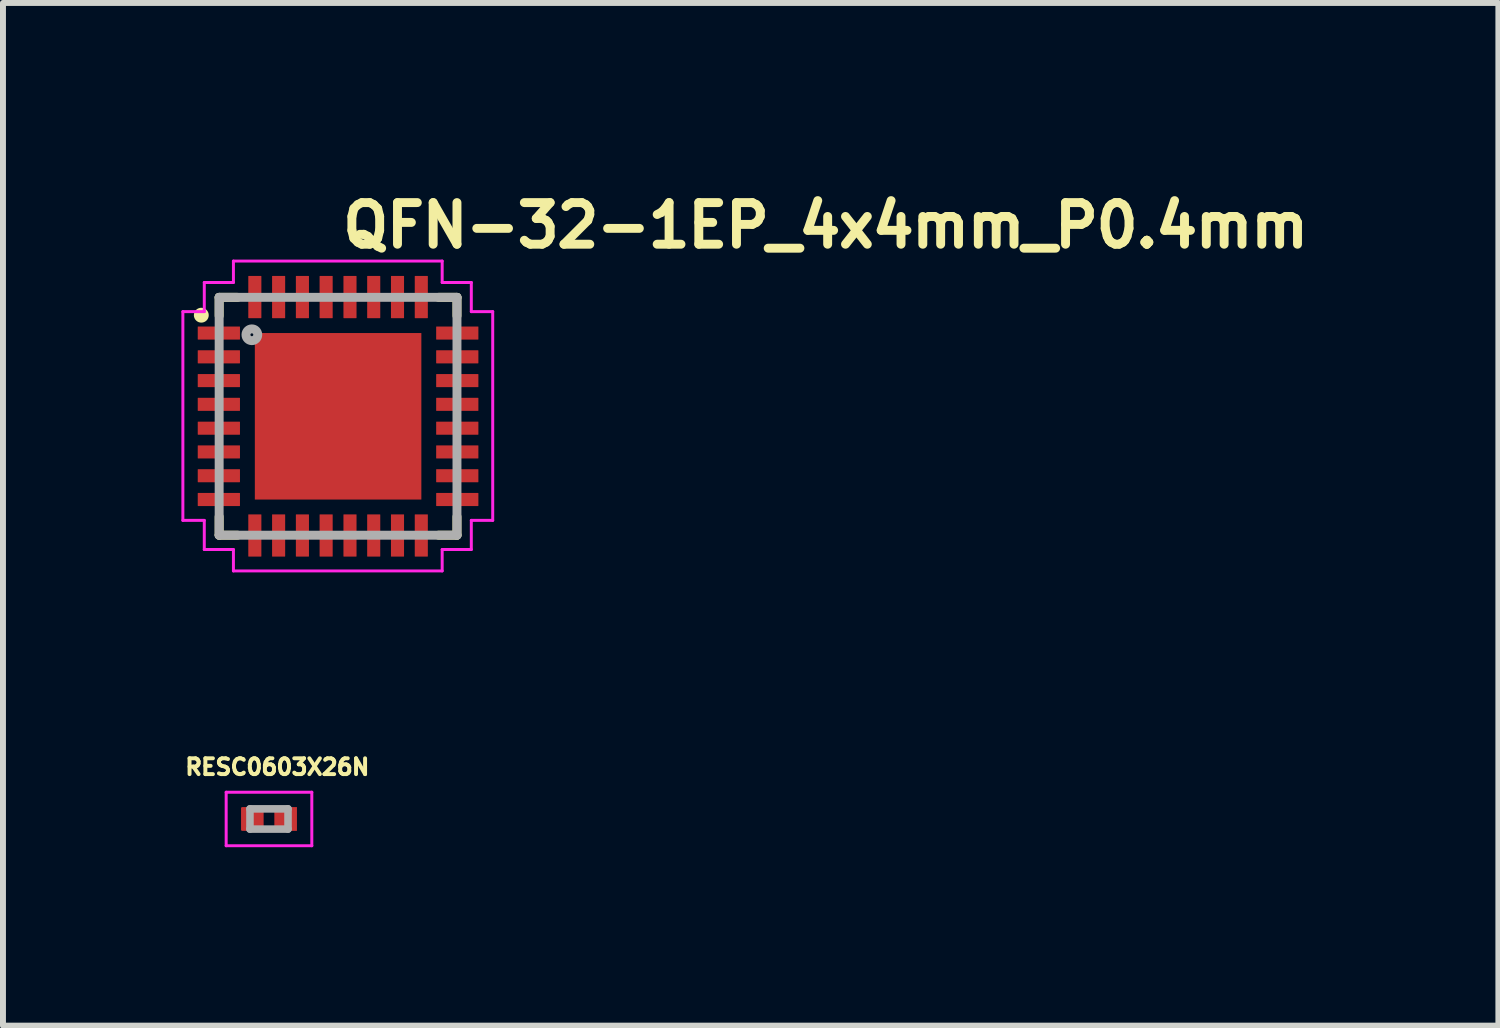
<source format=kicad_pcb>
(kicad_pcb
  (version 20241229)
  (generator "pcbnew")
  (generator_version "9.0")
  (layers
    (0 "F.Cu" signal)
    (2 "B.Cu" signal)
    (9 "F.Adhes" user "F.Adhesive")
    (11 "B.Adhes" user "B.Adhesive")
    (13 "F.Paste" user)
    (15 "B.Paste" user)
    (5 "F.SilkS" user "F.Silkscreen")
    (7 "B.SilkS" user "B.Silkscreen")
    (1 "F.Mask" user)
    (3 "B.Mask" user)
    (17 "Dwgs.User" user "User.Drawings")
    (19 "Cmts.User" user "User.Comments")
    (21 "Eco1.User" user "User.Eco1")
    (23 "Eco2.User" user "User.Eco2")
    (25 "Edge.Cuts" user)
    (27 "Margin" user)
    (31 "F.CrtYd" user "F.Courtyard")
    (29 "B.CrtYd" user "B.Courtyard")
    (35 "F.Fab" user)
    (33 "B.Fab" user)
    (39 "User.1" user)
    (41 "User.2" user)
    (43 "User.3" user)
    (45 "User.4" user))
  (footprint "RESC0603X26N"
    (layer "F.Cu")
    (at 1.473 10.721)
    (property "Reference" "RESC0603X26N" (at 0.14 -0.874 0) (layer "F.SilkS") (effects (font (size 0.266 0.266) (thickness 0.067))))
    (attr through_hole)
    (fp_line (start -0.72 -0.45) (end 0.72 -0.45) (stroke (width 0.05) (type solid)) (layer "F.CrtYd"))
    (fp_line (start -0.72 0.45) (end -0.72 -0.45) (stroke (width 0.05) (type solid)) (layer "F.CrtYd"))
    (fp_line (start 0.72 -0.45) (end 0.72 0.45) (stroke (width 0.05) (type solid)) (layer "F.CrtYd"))
    (fp_line (start 0.72 0.45) (end -0.72 0.45) (stroke (width 0.05) (type solid)) (layer "F.CrtYd"))
    (fp_line (start -0.32 -0.17) (end -0.32 0.17) (stroke (width 0.127) (type solid)) (layer "F.Fab"))
    (fp_line (start -0.32 -0.17) (end 0.32 -0.17) (stroke (width 0.127) (type solid)) (layer "F.Fab"))
    (fp_line (start -0.32 0.17) (end 0.32 0.17) (stroke (width 0.127) (type solid)) (layer "F.Fab"))
    (fp_line (start 0.32 -0.17) (end 0.32 0.17) (stroke (width 0.127) (type solid)) (layer "F.Fab"))
    (pad "1" smd roundrect (at -0.28 0) (size 0.38 0.4) (layers "F.Cu" "F.Mask" "F.Paste") (roundrect_rratio 0.05))
    (pad "2" smd rect (at 0.28 0) (size 0.38 0.4) (layers "F.Cu" "F.Mask" "F.Paste")))
  (footprint "QFN-32-1EP_4x4mm_P0.4mm"
    (layer "F.Cu")
    (at 2.635 3.95)
    (property "Reference" "QFN-32-1EP_4x4mm_P0.4mm" (at 0 -2.8 0) (layer "F.SilkS") (effects (font (size 0.7 0.7) (thickness 0.15)) (justify left bottom)))
    (attr smd)
    (fp_line (start -2 -2) (end -2 -1.69) (stroke (width 0.15) (type solid)) (layer "F.SilkS"))
    (fp_line (start -2 1.689) (end -2 1.999) (stroke (width 0.15) (type solid)) (layer "F.SilkS"))
    (fp_line (start -2 1.999) (end -1.69 1.999) (stroke (width 0.15) (type solid)) (layer "F.SilkS"))
    (fp_line (start -1.69 -2) (end -2 -2) (stroke (width 0.15) (type solid)) (layer "F.SilkS"))
    (fp_line (start 1.689 1.999) (end 1.999 1.999) (stroke (width 0.15) (type solid)) (layer "F.SilkS"))
    (fp_line (start 1.999 -2) (end 1.689 -2) (stroke (width 0.15) (type solid)) (layer "F.SilkS"))
    (fp_line (start 1.999 -1.69) (end 1.999 -2) (stroke (width 0.15) (type solid)) (layer "F.SilkS"))
    (fp_line (start 1.999 1.999) (end 1.999 1.689) (stroke (width 0.15) (type solid)) (layer "F.SilkS"))
    (fp_circle (center -2.3 -1.7) (end -2.25 -1.7) (stroke (width 0.15) (type solid)) (fill yes) (layer "F.SilkS"))
    (fp_poly (pts (xy -0.919 -0.918) (xy 0.917 -0.918) (xy 0.917 0.918) (xy -0.919 0.918)) (stroke (width 0.01) (type solid)) (fill yes) (layer "F.Paste"))
    (fp_line (start -2.61 -1.76) (end -2.25 -1.76) (stroke (width 0.05) (type solid)) (layer "F.CrtYd"))
    (fp_line (start -2.61 1.75) (end -2.61 -1.76) (stroke (width 0.05) (type solid)) (layer "F.CrtYd"))
    (fp_line (start -2.25 -2.25) (end -1.76 -2.25) (stroke (width 0.05) (type solid)) (layer "F.CrtYd"))
    (fp_line (start -2.25 -1.76) (end -2.25 -2.25) (stroke (width 0.05) (type solid)) (layer "F.CrtYd"))
    (fp_line (start -2.25 1.75) (end -2.61 1.75) (stroke (width 0.05) (type solid)) (layer "F.CrtYd"))
    (fp_line (start -2.25 2.24) (end -2.25 1.75) (stroke (width 0.05) (type solid)) (layer "F.CrtYd"))
    (fp_line (start -1.76 -2.61) (end 1.75 -2.61) (stroke (width 0.05) (type solid)) (layer "F.CrtYd"))
    (fp_line (start -1.76 -2.25) (end -1.76 -2.61) (stroke (width 0.05) (type solid)) (layer "F.CrtYd"))
    (fp_line (start -1.76 2.24) (end -2.25 2.24) (stroke (width 0.05) (type solid)) (layer "F.CrtYd"))
    (fp_line (start -1.76 2.6) (end -1.76 2.24) (stroke (width 0.05) (type solid)) (layer "F.CrtYd"))
    (fp_line (start 1.75 -2.61) (end 1.75 -2.25) (stroke (width 0.05) (type solid)) (layer "F.CrtYd"))
    (fp_line (start 1.75 -2.25) (end 2.24 -2.25) (stroke (width 0.05) (type solid)) (layer "F.CrtYd"))
    (fp_line (start 1.75 2.24) (end 1.75 2.6) (stroke (width 0.05) (type solid)) (layer "F.CrtYd"))
    (fp_line (start 1.75 2.6) (end -1.76 2.6) (stroke (width 0.05) (type solid)) (layer "F.CrtYd"))
    (fp_line (start 2.24 -2.25) (end 2.24 -1.76) (stroke (width 0.05) (type solid)) (layer "F.CrtYd"))
    (fp_line (start 2.24 -1.76) (end 2.6 -1.76) (stroke (width 0.05) (type solid)) (layer "F.CrtYd"))
    (fp_line (start 2.24 1.75) (end 2.24 2.24) (stroke (width 0.05) (type solid)) (layer "F.CrtYd"))
    (fp_line (start 2.24 2.24) (end 1.75 2.24) (stroke (width 0.05) (type solid)) (layer "F.CrtYd"))
    (fp_line (start 2.6 -1.76) (end 2.6 1.75) (stroke (width 0.05) (type solid)) (layer "F.CrtYd"))
    (fp_line (start 2.6 1.75) (end 2.24 1.75) (stroke (width 0.05) (type solid)) (layer "F.CrtYd"))
    (fp_line (start -2 -2) (end 1.999 -2) (stroke (width 0.15) (type solid)) (layer "F.Fab"))
    (fp_line (start -2 1.999) (end -2 -2) (stroke (width 0.15) (type solid)) (layer "F.Fab"))
    (fp_line (start 1.999 -2) (end 1.999 1.999) (stroke (width 0.15) (type solid)) (layer "F.Fab"))
    (fp_line (start 1.999 1.999) (end -2 1.999) (stroke (width 0.15) (type solid)) (layer "F.Fab"))
    (fp_circle (center -1.45 -1.371) (end -1.351 -1.371) (stroke (width 0.15) (type solid)) (fill no) (layer "F.Fab"))
    (fp_line (start -2 -2) (end -2 2) (stroke (width 0.01) (type solid)) (layer "User.9"))
    (fp_line (start -2 2) (end 2 2) (stroke (width 0.01) (type solid)) (layer "User.9"))
    (fp_line (start 2 -2) (end -2 -2) (stroke (width 0.01) (type solid)) (layer "User.9"))
    (fp_line (start 2 2) (end 2 -2) (stroke (width 0.01) (type solid)) (layer "User.9"))
    (pad "1" smd roundrect (at -2.005 -1.4) (size 0.71 0.22) (layers "F.Cu" "F.Mask" "F.Paste") (roundrect_rratio 0.03))
    (pad "2" smd roundrect (at -2.005 -1) (size 0.71 0.22) (layers "F.Cu" "F.Mask" "F.Paste") (roundrect_rratio 0.03))
    (pad "3" smd roundrect (at -2.005 -0.6) (size 0.71 0.22) (layers "F.Cu" "F.Mask" "F.Paste") (roundrect_rratio 0.03))
    (pad "4" smd roundrect (at -2.005 -0.201) (size 0.71 0.22) (layers "F.Cu" "F.Mask" "F.Paste") (roundrect_rratio 0.03))
    (pad "5" smd roundrect (at -2.005 0.2) (size 0.71 0.22) (layers "F.Cu" "F.Mask" "F.Paste") (roundrect_rratio 0.03))
    (pad "6" smd roundrect (at -2.005 0.599) (size 0.71 0.22) (layers "F.Cu" "F.Mask" "F.Paste") (roundrect_rratio 0.03))
    (pad "7" smd roundrect (at -2.005 0.999) (size 0.71 0.22) (layers "F.Cu" "F.Mask" "F.Paste") (roundrect_rratio 0.03))
    (pad "8" smd roundrect (at -2.005 1.399) (size 0.71 0.22) (layers "F.Cu" "F.Mask" "F.Paste") (roundrect_rratio 0.03))
    (pad "9" smd roundrect (at -1.4 2.004) (size 0.22 0.71) (layers "F.Cu" "F.Mask" "F.Paste") (roundrect_rratio 0.03))
    (pad "10" smd roundrect (at -1 2.004) (size 0.22 0.71) (layers "F.Cu" "F.Mask" "F.Paste") (roundrect_rratio 0.03))
    (pad "11" smd roundrect (at -0.6 2.004) (size 0.22 0.71) (layers "F.Cu" "F.Mask" "F.Paste") (roundrect_rratio 0.03))
    (pad "12" smd roundrect (at -0.201 2.004) (size 0.22 0.71) (layers "F.Cu" "F.Mask" "F.Paste") (roundrect_rratio 0.03))
    (pad "13" smd roundrect (at 0.2 2.004) (size 0.22 0.71) (layers "F.Cu" "F.Mask" "F.Paste") (roundrect_rratio 0.03))
    (pad "14" smd roundrect (at 0.599 2.004) (size 0.22 0.71) (layers "F.Cu" "F.Mask" "F.Paste") (roundrect_rratio 0.03))
    (pad "15" smd roundrect (at 0.999 2.004) (size 0.22 0.71) (layers "F.Cu" "F.Mask" "F.Paste") (roundrect_rratio 0.03))
    (pad "16" smd roundrect (at 1.399 2.004) (size 0.22 0.71) (layers "F.Cu" "F.Mask" "F.Paste") (roundrect_rratio 0.03))
    (pad "17" smd roundrect (at 2.004 1.399) (size 0.71 0.22) (layers "F.Cu" "F.Mask" "F.Paste") (roundrect_rratio 0.03))
    (pad "18" smd roundrect (at 2.004 0.999) (size 0.71 0.22) (layers "F.Cu" "F.Mask" "F.Paste") (roundrect_rratio 0.03))
    (pad "19" smd roundrect (at 2.004 0.599) (size 0.71 0.22) (layers "F.Cu" "F.Mask" "F.Paste") (roundrect_rratio 0.03))
    (pad "20" smd roundrect (at 2.004 0.2) (size 0.71 0.22) (layers "F.Cu" "F.Mask" "F.Paste") (roundrect_rratio 0.03))
    (pad "21" smd roundrect (at 2.004 -0.201) (size 0.71 0.22) (layers "F.Cu" "F.Mask" "F.Paste") (roundrect_rratio 0.03))
    (pad "22" smd roundrect (at 2.004 -0.6) (size 0.71 0.22) (layers "F.Cu" "F.Mask" "F.Paste") (roundrect_rratio 0.03))
    (pad "23" smd roundrect (at 2.004 -1) (size 0.71 0.22) (layers "F.Cu" "F.Mask" "F.Paste") (roundrect_rratio 0.03))
    (pad "24" smd roundrect (at 2.004 -1.4) (size 0.71 0.22) (layers "F.Cu" "F.Mask" "F.Paste") (roundrect_rratio 0.03))
    (pad "25" smd roundrect (at 1.399 -2.005) (size 0.22 0.71) (layers "F.Cu" "F.Mask" "F.Paste") (roundrect_rratio 0.03))
    (pad "26" smd roundrect (at 0.999 -2.005) (size 0.22 0.71) (layers "F.Cu" "F.Mask" "F.Paste") (roundrect_rratio 0.03))
    (pad "27" smd roundrect (at 0.599 -2.005) (size 0.22 0.71) (layers "F.Cu" "F.Mask" "F.Paste") (roundrect_rratio 0.03))
    (pad "28" smd roundrect (at 0.2 -2.005) (size 0.22 0.71) (layers "F.Cu" "F.Mask" "F.Paste") (roundrect_rratio 0.03))
    (pad "29" smd roundrect (at -0.201 -2.005) (size 0.22 0.71) (layers "F.Cu" "F.Mask" "F.Paste") (roundrect_rratio 0.03))
    (pad "30" smd roundrect (at -0.6 -2.005) (size 0.22 0.71) (layers "F.Cu" "F.Mask" "F.Paste") (roundrect_rratio 0.03))
    (pad "31" smd roundrect (at -1 -2.005) (size 0.22 0.71) (layers "F.Cu" "F.Mask" "F.Paste") (roundrect_rratio 0.03))
    (pad "32" smd roundrect (at -1.4 -2.005) (size 0.22 0.71) (layers "F.Cu" "F.Mask" "F.Paste") (roundrect_rratio 0.03))
    (pad "33" smd rect (at 0 0) (size 2.8 2.8) (layers "F.Cu" "F.Mask")))
  (gr_rect
    (start -3 -3)
    (end 22.145 14.196)
    (stroke (width 0.1) (type default))
    (fill no)
    (layer "Edge.Cuts")))
</source>
